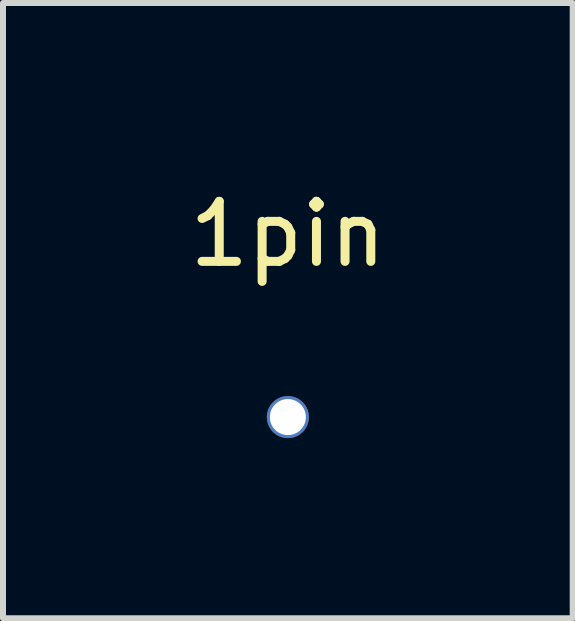
<source format=kicad_pcb>
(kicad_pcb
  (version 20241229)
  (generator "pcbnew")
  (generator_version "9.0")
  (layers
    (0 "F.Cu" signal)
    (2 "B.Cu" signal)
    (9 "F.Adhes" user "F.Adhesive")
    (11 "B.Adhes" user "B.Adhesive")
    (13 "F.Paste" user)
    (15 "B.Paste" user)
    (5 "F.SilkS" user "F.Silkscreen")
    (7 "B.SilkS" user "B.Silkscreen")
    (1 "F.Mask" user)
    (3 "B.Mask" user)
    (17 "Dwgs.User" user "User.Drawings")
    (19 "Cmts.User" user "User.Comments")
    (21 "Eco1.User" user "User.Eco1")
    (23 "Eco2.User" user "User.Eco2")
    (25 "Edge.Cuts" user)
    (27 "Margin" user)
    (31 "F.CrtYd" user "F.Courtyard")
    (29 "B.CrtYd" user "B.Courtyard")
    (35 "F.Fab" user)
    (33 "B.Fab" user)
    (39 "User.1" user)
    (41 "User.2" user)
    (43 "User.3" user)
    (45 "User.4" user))
  (footprint "1pin"
    (layer "F.Cu")
    (at 1.744 3.896)
    (property "Reference" "1pin" (at 0 -3.048 0) (layer "F.SilkS") (effects (font (size 1 1) (thickness 0.15))))
    (attr through_hole)
    (pad "" thru_hole circle (at 0 0) (size 0.7 0.7) (drill 0.6) (layers "*.Cu" "*.Mask")))
  (gr_rect
    (start -3 -3)
    (end 6.488 7.246)
    (stroke (width 0.1) (type default))
    (fill no)
    (layer "Edge.Cuts")))
</source>
